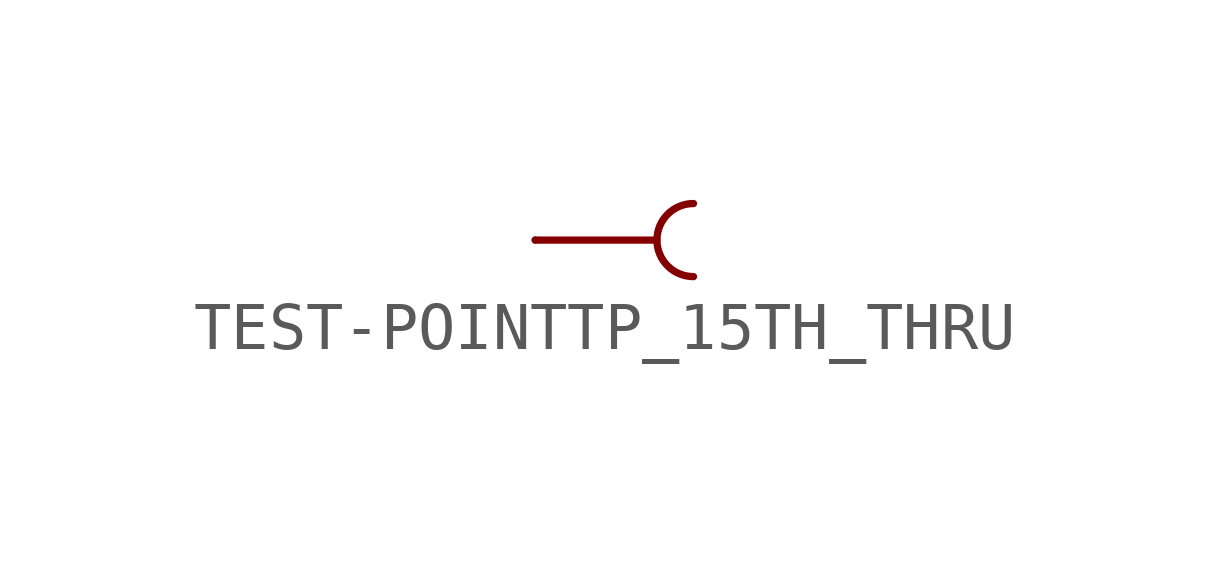
<source format=kicad_sym>
(kicad_symbol_lib
  (version 20220914)
  (generator kicad_symbol_editor)
  (symbol "TEST-POINTTP_15TH_THRU"
    (property "Reference" "TP"
      (at -2.54 2.54 0)
      (effects (font (size 1.778 1.778)) (justify left bottom) hide))
    (property "ki_locked" ""
      (at 0 0 0)
      (effects (font (size 1.27 1.27))))
    (symbol "TEST-POINTTP_15TH_THRU_1_0"
      (polyline (pts (xy 2.54 0) (xy 0 0)) (stroke (width 0.152) (type solid)) (fill (type none)))
      (arc (start 3.302 0.762) (mid 2.54 0) (end 3.302 -0.762) (stroke (width 0.1524) (type solid)) (fill (type none)))
      (pin bidirectional line (at 0 0 180) (length 0) (name "1" (effects (font (size 0 0)))) (number "P$1" (effects (font (size 0 0))))))))
</source>
